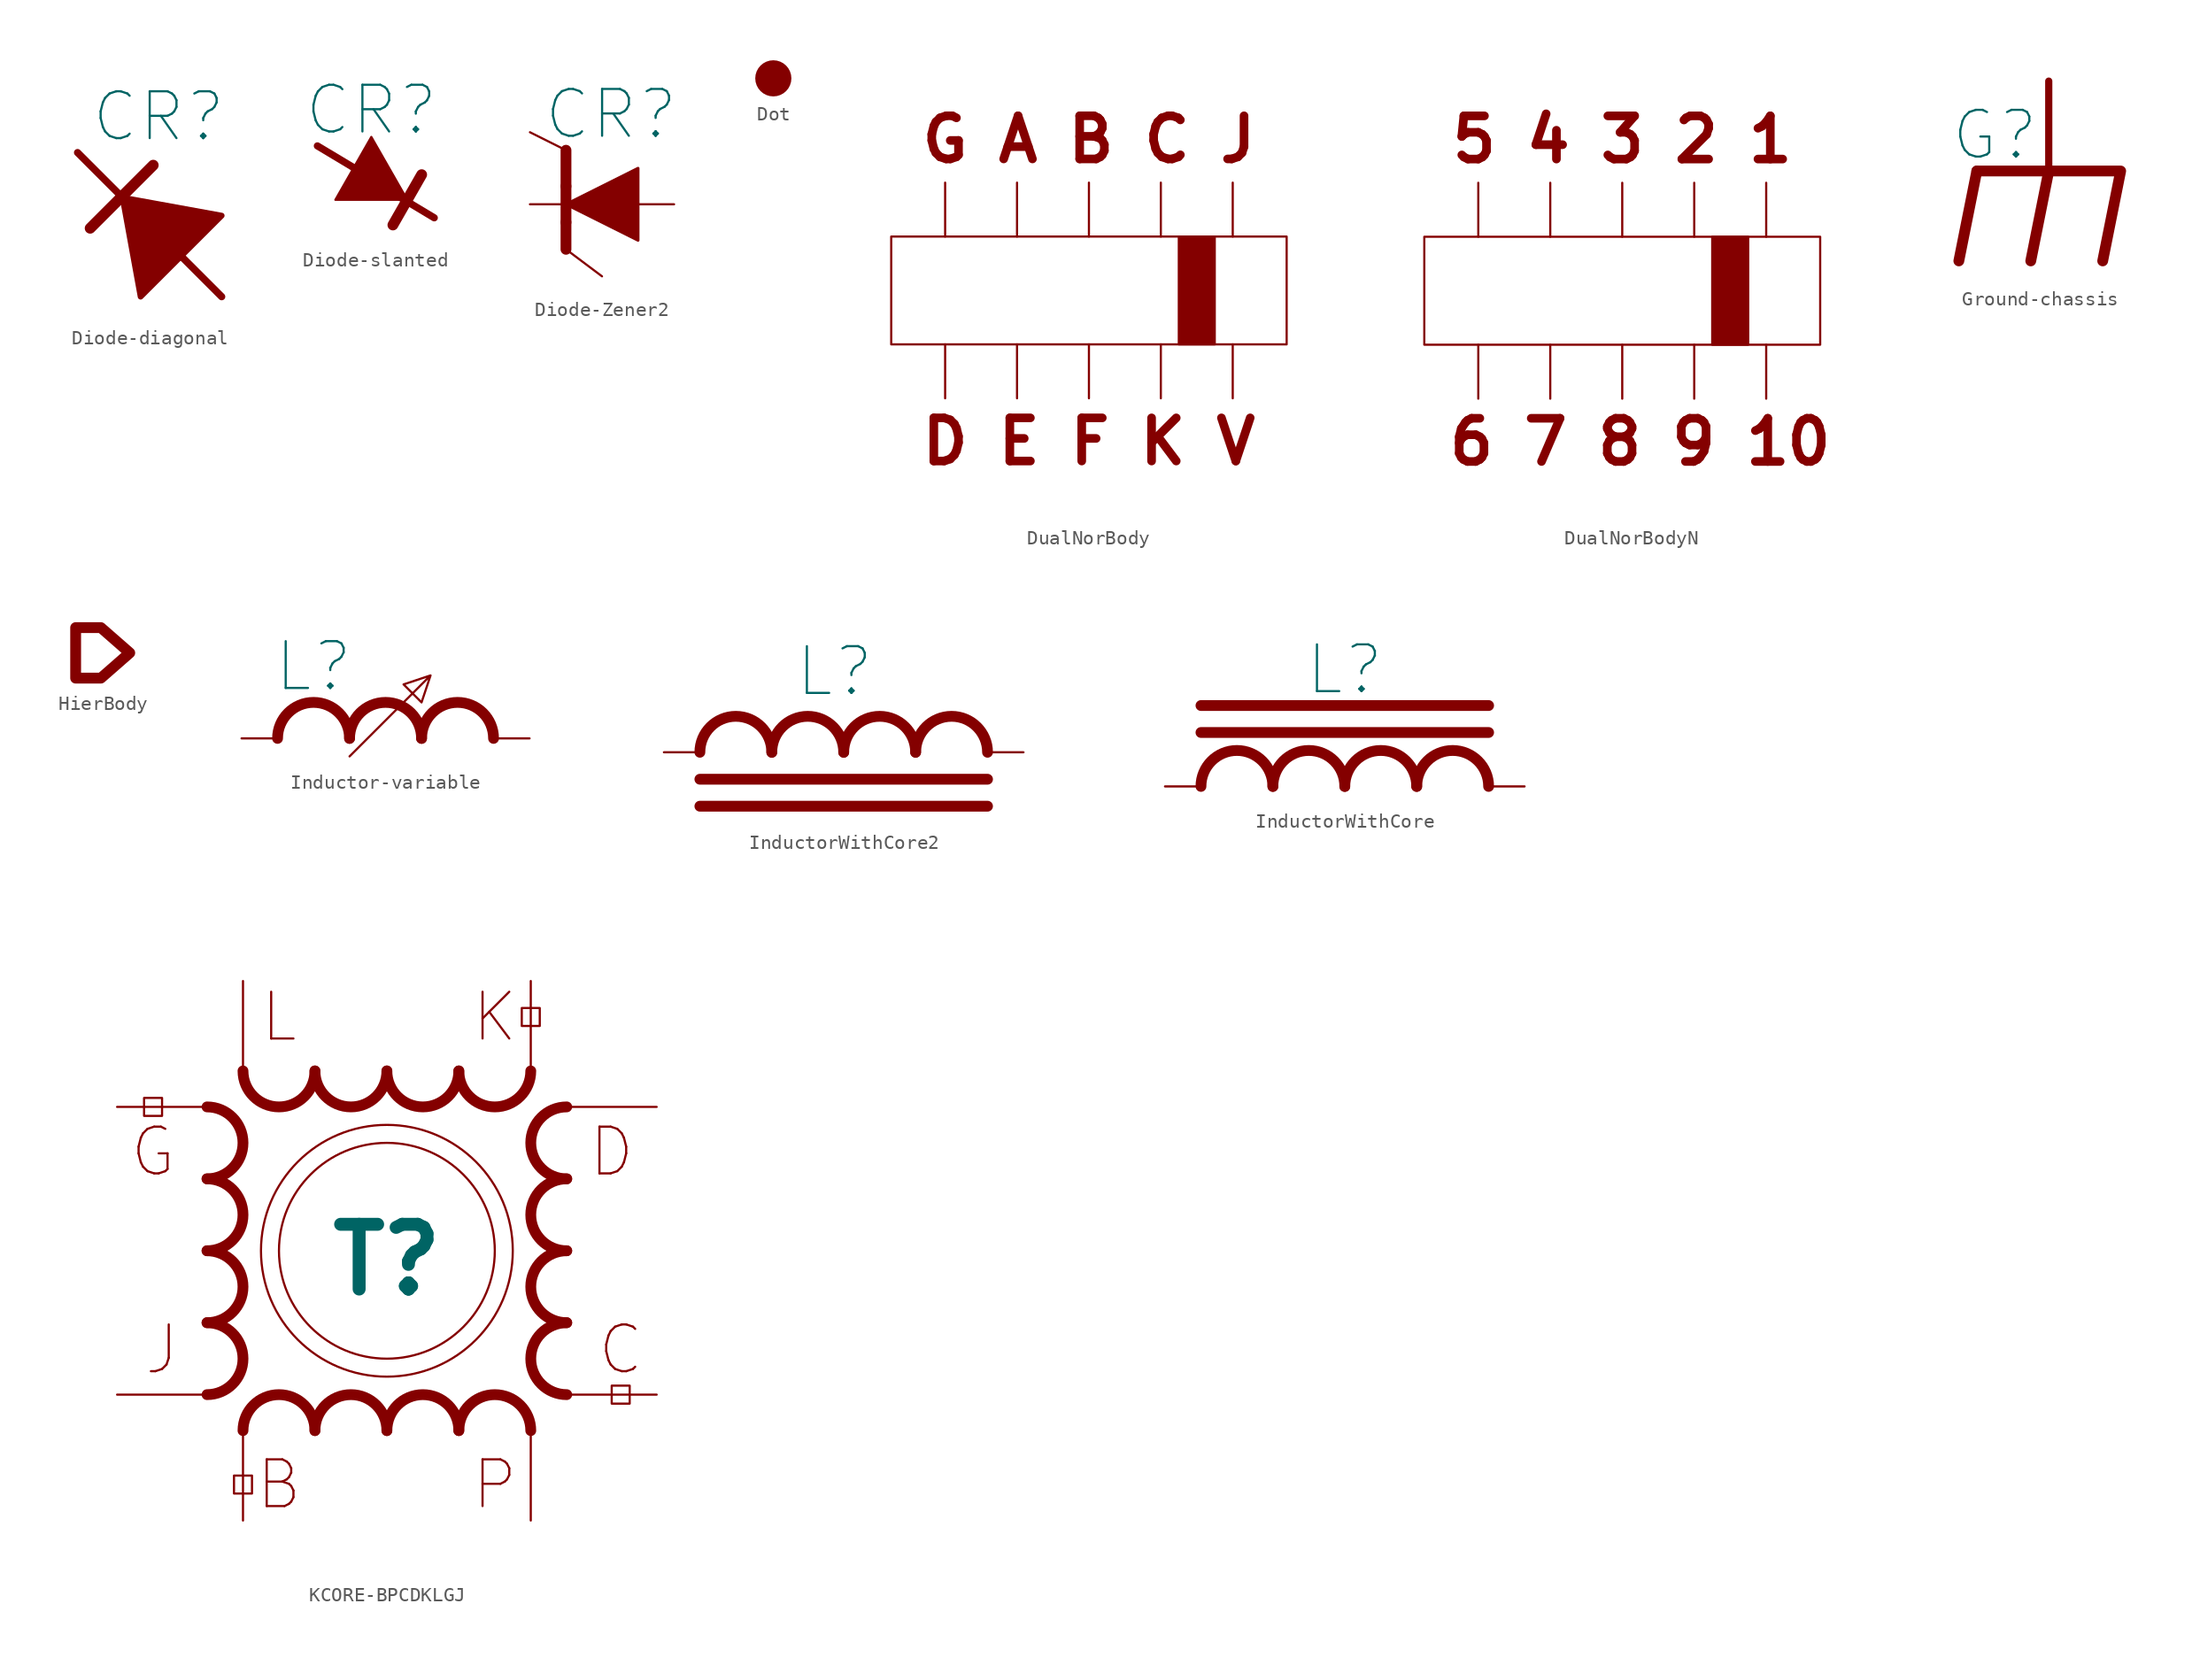
<source format=kicad_sym>
(kicad_symbol_lib
  (version 20211014)
  (generator kicad_symbol_editor)
  (symbol "Diode-diagonal"
    (pin_numbers hide)
    (pin_names
      (offset 0) hide)
    (property "Reference" "CR"
      (at 0 8.255 0)
      (effects (font (size 3.302 3.302))))
    (symbol "Diode-diagonal_0_1"
      (polyline (pts (xy -5.715 5.715) (xy 4.445 -4.445)) (stroke (width 0.508) (type default) (color 0 0 0 0)) (fill (type none))))
    (symbol "Diode-diagonal_1_1"
      (polyline (pts (xy -4.826 0.381) (xy -0.381 4.826)) (stroke (width 0.762) (type default) (color 0 0 0 0)) (fill (type none)))
      (polyline (pts (xy -2.54 2.54) (xy -1.27 -4.445) (xy 4.445 1.27) (xy -2.54 2.54)) (stroke (width 0.406) (type default) (color 0 0 0 0)) (fill (type outline)))
      (pin passive line (at -5.715 5.715 0) (length 0) hide (name "K" (effects (font (size 2.54 2.54)))) (number "1" (effects (font (size 2.54 2.54)))))
      (pin passive line (at 4.445 -4.445 180) (length 0) hide (name "A" (effects (font (size 2.54 2.54)))) (number "2" (effects (font (size 2.54 2.54)))))))
  (symbol "Diode-slanted"
    (pin_numbers hide)
    (pin_names
      (offset 1.016) hide)
    (property "Reference" "CR"
      (at 0 5.08 0)
      (effects (font (size 3.302 3.302))))
    (symbol "Diode-slanted_0_1"
      (polyline (pts (xy -0.635 0.635) (xy -3.81 2.54)) (stroke (width 0.508) (type default) (color 0 0 0 0)) (fill (type none)))
      (polyline (pts (xy 1.27 -0.635) (xy 4.445 -2.54)) (stroke (width 0.508) (type default) (color 0 0 0 0)) (fill (type none)))
      (polyline (pts (xy 1.524 -3.048) (xy 3.556 0.508)) (stroke (width 0.762) (type default) (color 0 0 0 0)) (fill (type none)))
      (polyline (pts (xy -2.54 -1.27) (xy 0 3.175) (xy 2.54 -1.27) (xy -2.54 -1.27)) (stroke (width 0) (type default) (color 0 0 0 0)) (fill (type outline))))
    (symbol "Diode-slanted_1_1"
      (pin passive line (at 4.445 -2.54 180) (length 0) (name "K" (effects (font (size 1.27 1.27)))) (number "1" (effects (font (size 1.27 1.27)))))
      (pin passive line (at -3.81 2.54 0) (length 0) (name "A" (effects (font (size 1.27 1.27)))) (number "2" (effects (font (size 1.27 1.27)))))))
  (symbol "Diode-Zener2"
    (pin_numbers hide)
    (pin_names
      (offset 1.016) hide)
    (property "Reference" "CR"
      (at 0.635 6.35 0)
      (effects (font (size 3.302 3.302))))
    (symbol "Diode-Zener2_0_1"
      (polyline (pts (xy -2.54 -3.175) (xy 0 -5.08)) (stroke (width 0) (type default) (color 0 0 0 0)) (fill (type none)))
      (polyline (pts (xy -2.54 -1.27) (xy -2.54 -3.175)) (stroke (width 0.762) (type default) (color 0 0 0 0)) (fill (type none)))
      (polyline (pts (xy -2.54 1.27) (xy -2.54 -1.27)) (stroke (width 0.762) (type default) (color 0 0 0 0)) (fill (type none)))
      (polyline (pts (xy -2.54 1.27) (xy -2.54 3.81)) (stroke (width 0.762) (type default) (color 0 0 0 0)) (fill (type none)))
      (polyline (pts (xy -2.54 3.81) (xy -5.08 5.08)) (stroke (width 0) (type default) (color 0 0 0 0)) (fill (type none)))
      (polyline (pts (xy -2.54 0) (xy 2.54 -2.54) (xy 2.54 2.54) (xy -2.54 0)) (stroke (width 0.203) (type default) (color 0 0 0 0)) (fill (type outline))))
    (symbol "Diode-Zener2_1_1"
      (pin passive line (at -5.08 0 0) (length 2.54) (name "K" (effects (font (size 1.27 1.27)))) (number "1" (effects (font (size 1.27 1.27)))))
      (pin passive line (at 5.08 0 180) (length 2.54) (name "A" (effects (font (size 1.27 1.27)))) (number "2" (effects (font (size 1.27 1.27)))))))
  (symbol "Dot"
    (pin_numbers hide)
    (pin_names
      (offset 0) hide)
    (property "Reference" "N"
      (at 0 -5.08 0)
      (effects (font (size 1.27 1.27)) hide))
    (symbol "Dot_0_1"
      (circle (center 0 0) (radius 0.635) (stroke (width 1.27) (type default) (color 0 0 0 0)) (fill (type none)))))
  (symbol "DualNorBody"
    (pin_numbers hide)
    (pin_names
      (offset 0) hide)
    (property "Reference" "X"
      (at 0 15.875 0)
      (effects (font (size 3.556 3.556)) hide))
    (symbol "DualNorBody_0_0"
      (text "D E F K V" (at 0 -8.89 0) (effects (font (size 3.048 3.048) bold) (justify top)))
      (text "G A B C J" (at 0 8.89 0) (effects (font (size 3.048 3.048) bold) (justify bottom))))
    (symbol "DualNorBody_0_1"
      (polyline (pts (xy -10.16 -7.62) (xy -10.16 -3.81)) (stroke (width 0) (type default) (color 0 0 0 0)) (fill (type none)))
      (polyline (pts (xy -10.16 3.81) (xy -10.16 7.62)) (stroke (width 0) (type default) (color 0 0 0 0)) (fill (type none)))
      (polyline (pts (xy -5.08 -7.62) (xy -5.08 -3.81)) (stroke (width 0) (type default) (color 0 0 0 0)) (fill (type none)))
      (polyline (pts (xy -5.08 3.81) (xy -5.08 7.62)) (stroke (width 0) (type default) (color 0 0 0 0)) (fill (type none)))
      (polyline (pts (xy 0 -3.81) (xy 0 -7.62)) (stroke (width 0) (type default) (color 0 0 0 0)) (fill (type none)))
      (polyline (pts (xy 0 7.62) (xy 0 3.81)) (stroke (width 0) (type default) (color 0 0 0 0)) (fill (type none)))
      (polyline (pts (xy 5.08 -3.81) (xy 5.08 -7.62)) (stroke (width 0) (type default) (color 0 0 0 0)) (fill (type none)))
      (polyline (pts (xy 5.08 7.62) (xy 5.08 3.81)) (stroke (width 0) (type default) (color 0 0 0 0)) (fill (type none)))
      (polyline (pts (xy 10.16 -7.62) (xy 10.16 -3.81)) (stroke (width 0) (type default) (color 0 0 0 0)) (fill (type none)))
      (polyline (pts (xy 10.16 3.81) (xy 10.16 7.62)) (stroke (width 0) (type default) (color 0 0 0 0)) (fill (type none)))
      (polyline (pts (xy -13.97 -3.81) (xy 13.97 -3.81) (xy 13.97 3.81) (xy -13.97 3.81) (xy -13.97 -3.81)) (stroke (width 0) (type default) (color 0 0 0 0)) (fill (type none)))
      (polyline (pts (xy 6.35 3.81) (xy 6.35 -3.81) (xy 8.89 -3.81) (xy 8.89 3.81) (xy 6.35 3.81)) (stroke (width 0) (type default) (color 0 0 0 0)) (fill (type outline)))))
  (symbol "DualNorBodyN"
    (pin_numbers hide)
    (pin_names
      (offset 0) hide)
    (property "Reference" "X"
      (at 0 15.875 0)
      (effects (font (size 3.556 3.556)) hide))
    (symbol "DualNorBodyN_0_0"
      (text "5 4 3 2 1" (at 0 8.89 0) (effects (font (size 3.048 3.048) bold) (justify bottom)))
      (text "6 7 8 9 10" (at 1.27 -8.89 0) (effects (font (size 3.048 3.048) bold) (justify top))))
    (symbol "DualNorBodyN_0_1"
      (polyline (pts (xy -10.16 -7.62) (xy -10.16 -3.81)) (stroke (width 0) (type default) (color 0 0 0 0)) (fill (type none)))
      (polyline (pts (xy -10.16 3.81) (xy -10.16 7.62)) (stroke (width 0) (type default) (color 0 0 0 0)) (fill (type none)))
      (polyline (pts (xy -5.08 -7.62) (xy -5.08 -3.81)) (stroke (width 0) (type default) (color 0 0 0 0)) (fill (type none)))
      (polyline (pts (xy -5.08 3.81) (xy -5.08 7.62)) (stroke (width 0) (type default) (color 0 0 0 0)) (fill (type none)))
      (polyline (pts (xy 0 -3.81) (xy 0 -7.62)) (stroke (width 0) (type default) (color 0 0 0 0)) (fill (type none)))
      (polyline (pts (xy 0 7.62) (xy 0 3.81)) (stroke (width 0) (type default) (color 0 0 0 0)) (fill (type none)))
      (polyline (pts (xy 5.08 -3.81) (xy 5.08 -7.62)) (stroke (width 0) (type default) (color 0 0 0 0)) (fill (type none)))
      (polyline (pts (xy 5.08 7.62) (xy 5.08 3.81)) (stroke (width 0) (type default) (color 0 0 0 0)) (fill (type none)))
      (polyline (pts (xy 10.16 -7.62) (xy 10.16 -3.81)) (stroke (width 0) (type default) (color 0 0 0 0)) (fill (type none)))
      (polyline (pts (xy 10.16 3.81) (xy 10.16 7.62)) (stroke (width 0) (type default) (color 0 0 0 0)) (fill (type none)))
      (polyline (pts (xy -13.97 -3.81) (xy 13.97 -3.81) (xy 13.97 3.81) (xy -13.97 3.81) (xy -13.97 -3.81)) (stroke (width 0) (type default) (color 0 0 0 0)) (fill (type none)))
      (polyline (pts (xy 6.35 3.81) (xy 6.35 -3.81) (xy 8.89 -3.81) (xy 8.89 3.81) (xy 6.35 3.81)) (stroke (width 0) (type default) (color 0 0 0 0)) (fill (type outline)))))
  (symbol "Ground-chassis"
    (pin_numbers hide)
    (pin_names
      (offset 0) hide)
    (property "Reference" "G"
      (at -3.81 2.54 0)
      (effects (font (size 3.302 3.302))))
    (symbol "Ground-chassis_0_1"
      (polyline (pts (xy -5.08 0) (xy -6.35 -6.35)) (stroke (width 0.762) (type default) (color 0 0 0 0)) (fill (type none)))
      (polyline (pts (xy 0 0) (xy -1.27 -6.35)) (stroke (width 0.762) (type default) (color 0 0 0 0)) (fill (type none)))
      (polyline (pts (xy 0 0) (xy 0 6.35)) (stroke (width 0.508) (type default) (color 0 0 0 0)) (fill (type none)))
      (polyline (pts (xy -5.08 0) (xy 5.08 0) (xy 3.81 -6.35)) (stroke (width 0.762) (type default) (color 0 0 0 0)) (fill (type none))))
    (symbol "Ground-chassis_1_1"
      (pin passive line (at 0 6.35 270) (length 0) hide (name "1" (effects (font (size 1.27 1.27)))) (number "1" (effects (font (size 1.27 1.27)))))))
  (symbol "HierBody"
    (pin_numbers hide)
    (pin_names
      (offset 0) hide)
    (property "Reference" "N"
      (at -0.381 -5.08 0)
      (effects (font (size 3.556 3.556)) hide))
    (symbol "HierBody_0_1"
      (polyline (pts (xy 1.905 0) (xy -0.127 -1.778) (xy -1.905 -1.778) (xy -1.905 1.778) (xy -0.127 1.778) (xy 1.905 0)) (stroke (width 0.762) (type default) (color 0 0 0 0)) (fill (type none)))))
  (symbol "Inductor-variable"
    (pin_numbers hide)
    (pin_names
      (offset 0) hide)
    (property "Reference" "L"
      (at -5.08 5.08 0)
      (effects (font (size 3.302 3.302))))
    (symbol "Inductor-variable_0_0"
      (polyline (pts (xy -2.54 -1.27) (xy 3.175 4.445) (xy 2.54 2.54) (xy 1.27 3.81) (xy 3.175 4.445)) (stroke (width 0) (type default) (color 0 0 0 0)) (fill (type none))))
    (symbol "Inductor-variable_0_1"
      (arc (start -2.54 0) (mid -5.08 2.54) (end -7.62 0) (stroke (width 0.762) (type default) (color 0 0 0 0)) (fill (type none)))
      (arc (start 2.54 0) (mid 0 2.54) (end -2.54 0) (stroke (width 0.762) (type default) (color 0 0 0 0)) (fill (type none)))
      (arc (start 7.62 0) (mid 5.08 2.54) (end 2.54 0) (stroke (width 0.762) (type default) (color 0 0 0 0)) (fill (type none))))
    (symbol "Inductor-variable_1_1"
      (pin passive line (at -10.16 0 0) (length 2.54) (name "1" (effects (font (size 1.27 1.27)))) (number "1" (effects (font (size 1.27 1.27)))))
      (pin passive line (at 10.16 0 180) (length 2.54) (name "2" (effects (font (size 1.27 1.27)))) (number "2" (effects (font (size 1.27 1.27)))))))
  (symbol "InductorWithCore2"
    (pin_numbers hide)
    (pin_names
      (offset 0) hide)
    (property "Reference" "L"
      (at -0.635 5.715 0)
      (effects (font (size 3.302 3.302))))
    (symbol "InductorWithCore2_0_1"
      (arc (start -5.08 0) (mid -7.62 2.54) (end -10.16 0) (stroke (width 0.762) (type default) (color 0 0 0 0)) (fill (type none)))
      (arc (start 0 0) (mid -2.54 2.54) (end -5.08 0) (stroke (width 0.762) (type default) (color 0 0 0 0)) (fill (type none)))
      (polyline (pts (xy -10.16 -3.81) (xy 10.16 -3.81)) (stroke (width 0.762) (type default) (color 0 0 0 0)) (fill (type none)))
      (polyline (pts (xy -10.16 -1.905) (xy 10.16 -1.905)) (stroke (width 0.762) (type default) (color 0 0 0 0)) (fill (type none)))
      (arc (start 5.08 0) (mid 2.54 2.54) (end 0 0) (stroke (width 0.762) (type default) (color 0 0 0 0)) (fill (type none)))
      (arc (start 10.16 0) (mid 7.62 2.54) (end 5.08 0) (stroke (width 0.762) (type default) (color 0 0 0 0)) (fill (type none))))
    (symbol "InductorWithCore2_1_1"
      (pin passive line (at -12.7 0 0) (length 2.54) (name "1" (effects (font (size 1.27 1.27)))) (number "1" (effects (font (size 1.27 1.27)))))
      (pin passive line (at 12.7 0 180) (length 2.54) (name "2" (effects (font (size 1.27 1.27)))) (number "2" (effects (font (size 1.27 1.27)))))))
  (symbol "InductorWithCore"
    (pin_numbers hide)
    (pin_names
      (offset 0) hide)
    (property "Reference" "L"
      (at 0 8.255 0)
      (effects (font (size 3.302 3.302))))
    (symbol "InductorWithCore_0_1"
      (arc (start -5.08 0) (mid -7.62 2.54) (end -10.16 0) (stroke (width 0.762) (type default) (color 0 0 0 0)) (fill (type none)))
      (arc (start 0 0) (mid -2.54 2.54) (end -5.08 0) (stroke (width 0.762) (type default) (color 0 0 0 0)) (fill (type none)))
      (polyline (pts (xy -10.16 3.81) (xy 10.16 3.81)) (stroke (width 0.762) (type default) (color 0 0 0 0)) (fill (type none)))
      (polyline (pts (xy -10.16 5.715) (xy 10.16 5.715)) (stroke (width 0.762) (type default) (color 0 0 0 0)) (fill (type none)))
      (arc (start 5.08 0) (mid 2.54 2.54) (end 0 0) (stroke (width 0.762) (type default) (color 0 0 0 0)) (fill (type none)))
      (arc (start 10.16 0) (mid 7.62 2.54) (end 5.08 0) (stroke (width 0.762) (type default) (color 0 0 0 0)) (fill (type none))))
    (symbol "InductorWithCore_1_1"
      (pin passive line (at -12.7 0 0) (length 2.54) (name "1" (effects (font (size 1.27 1.27)))) (number "1" (effects (font (size 1.27 1.27)))))
      (pin passive line (at 12.7 0 180) (length 2.54) (name "2" (effects (font (size 1.27 1.27)))) (number "2" (effects (font (size 1.27 1.27)))))))
  (symbol "KCORE-BPCDKLGJ"
    (pin_numbers hide)
    (pin_names
      (offset 0) hide)
    (property "Reference" "T"
      (at 0 -0.635 0)
      (effects (font (size 4.572 4.572) bold)))
    (symbol "KCORE-BPCDKLGJ_0_0"
      (text "B" (at -7.62 -16.51 0) (effects (font (size 3.302 3.302))))
      (text "C" (at 16.51 -6.985 0) (effects (font (size 3.302 3.302))))
      (text "D" (at 15.875 6.985 0) (effects (font (size 3.302 3.302))))
      (text "G" (at -16.51 6.985 0) (effects (font (size 3.302 3.302))))
      (text "J" (at -15.875 -6.985 0) (effects (font (size 3.302 3.302))))
      (text "K" (at 7.62 16.51 0) (effects (font (size 3.302 3.302))))
      (text "L" (at -7.62 16.51 0) (effects (font (size 3.302 3.302))))
      (text "P" (at 7.62 -16.51 0) (effects (font (size 3.302 3.302)))))
    (symbol "KCORE-BPCDKLGJ_0_1"
      (rectangle (start -17.145 10.795) (end -15.875 9.525) (stroke (width 0) (type default) (color 0 0 0 0)) (fill (type none)))
      (rectangle (start -9.525 -15.875) (end -10.795 -17.145) (stroke (width 0) (type default) (color 0 0 0 0)) (fill (type none)))
      (circle (center 0 0) (radius 7.62) (stroke (width 0) (type default) (color 0 0 0 0)) (fill (type none)))
      (circle (center 0 0) (radius 8.89) (stroke (width 0) (type default) (color 0 0 0 0)) (fill (type none)))
      (rectangle (start 9.525 17.145) (end 10.795 15.875) (stroke (width 0) (type default) (color 0 0 0 0)) (fill (type none)))
      (rectangle (start 17.145 -9.525) (end 15.875 -10.795) (stroke (width 0) (type default) (color 0 0 0 0)) (fill (type none))))
    (symbol "KCORE-BPCDKLGJ_1_1"
      (arc (start -12.7 -10.16) (mid -10.16 -7.62) (end -12.7 -5.08) (stroke (width 0.762) (type default) (color 0 0 0 0)) (fill (type none)))
      (arc (start -12.7 -5.08) (mid -10.16 -2.54) (end -12.7 0) (stroke (width 0.762) (type default) (color 0 0 0 0)) (fill (type none)))
      (arc (start -12.7 0) (mid -10.16 2.54) (end -12.7 5.08) (stroke (width 0.762) (type default) (color 0 0 0 0)) (fill (type none)))
      (arc (start -12.7 5.08) (mid -10.16 7.62) (end -12.7 10.16) (stroke (width 0.762) (type default) (color 0 0 0 0)) (fill (type none)))
      (arc (start -10.16 12.7) (mid -7.62 10.16) (end -5.08 12.7) (stroke (width 0.762) (type default) (color 0 0 0 0)) (fill (type none)))
      (arc (start -5.08 -12.7) (mid -7.62 -10.16) (end -10.16 -12.7) (stroke (width 0.762) (type default) (color 0 0 0 0)) (fill (type none)))
      (arc (start -5.08 12.7) (mid -2.54 10.16) (end 0 12.7) (stroke (width 0.762) (type default) (color 0 0 0 0)) (fill (type none)))
      (arc (start 0 -12.7) (mid -2.54 -10.16) (end -5.08 -12.7) (stroke (width 0.762) (type default) (color 0 0 0 0)) (fill (type none)))
      (arc (start 0 12.7) (mid 2.54 10.16) (end 5.08 12.7) (stroke (width 0.762) (type default) (color 0 0 0 0)) (fill (type none)))
      (arc (start 5.08 -12.7) (mid 2.54 -10.16) (end 0 -12.7) (stroke (width 0.762) (type default) (color 0 0 0 0)) (fill (type none)))
      (arc (start 5.08 12.7) (mid 7.62 10.16) (end 10.16 12.7) (stroke (width 0.762) (type default) (color 0 0 0 0)) (fill (type none)))
      (arc (start 10.16 -12.7) (mid 7.62 -10.16) (end 5.08 -12.7) (stroke (width 0.762) (type default) (color 0 0 0 0)) (fill (type none)))
      (arc (start 12.7 -5.08) (mid 10.16 -7.62) (end 12.7 -10.16) (stroke (width 0.762) (type default) (color 0 0 0 0)) (fill (type none)))
      (arc (start 12.7 0) (mid 10.16 -2.54) (end 12.7 -5.08) (stroke (width 0.762) (type default) (color 0 0 0 0)) (fill (type none)))
      (arc (start 12.7 5.08) (mid 10.16 2.54) (end 12.7 0) (stroke (width 0.762) (type default) (color 0 0 0 0)) (fill (type none)))
      (arc (start 12.7 10.16) (mid 10.16 7.62) (end 12.7 5.08) (stroke (width 0.762) (type default) (color 0 0 0 0)) (fill (type none)))
      (pin passive line (at 10.16 -19.05 90) (length 6.35) (name "P" (effects (font (size 3.556 3.556)))) (number "1" (effects (font (size 3.556 3.556)))))
      (pin passive line (at -10.16 -19.05 90) (length 6.35) (name "B" (effects (font (size 3.556 3.556)))) (number "2" (effects (font (size 3.556 3.556)))))
      (pin passive line (at 19.05 -10.16 180) (length 6.35) (name "C" (effects (font (size 3.556 3.556)))) (number "3" (effects (font (size 3.556 3.556)))))
      (pin passive line (at 19.05 10.16 180) (length 6.35) (name "D" (effects (font (size 3.556 3.556)))) (number "4" (effects (font (size 3.556 3.556)))))
      (pin passive line (at 10.16 19.05 270) (length 6.35) (name "K" (effects (font (size 3.556 3.556)))) (number "5" (effects (font (size 3.556 3.556)))))
      (pin passive line (at -10.16 19.05 270) (length 6.35) (name "L" (effects (font (size 3.556 3.556)))) (number "6" (effects (font (size 3.556 3.556)))))
      (pin passive line (at -19.05 10.16 0) (length 6.35) (name "G" (effects (font (size 3.556 3.556)))) (number "7" (effects (font (size 3.556 3.556)))))
      (pin passive line (at -19.05 -10.16 0) (length 6.35) (name "J" (effects (font (size 3.556 3.556)))) (number "8" (effects (font (size 3.556 3.556))))))))
</source>
